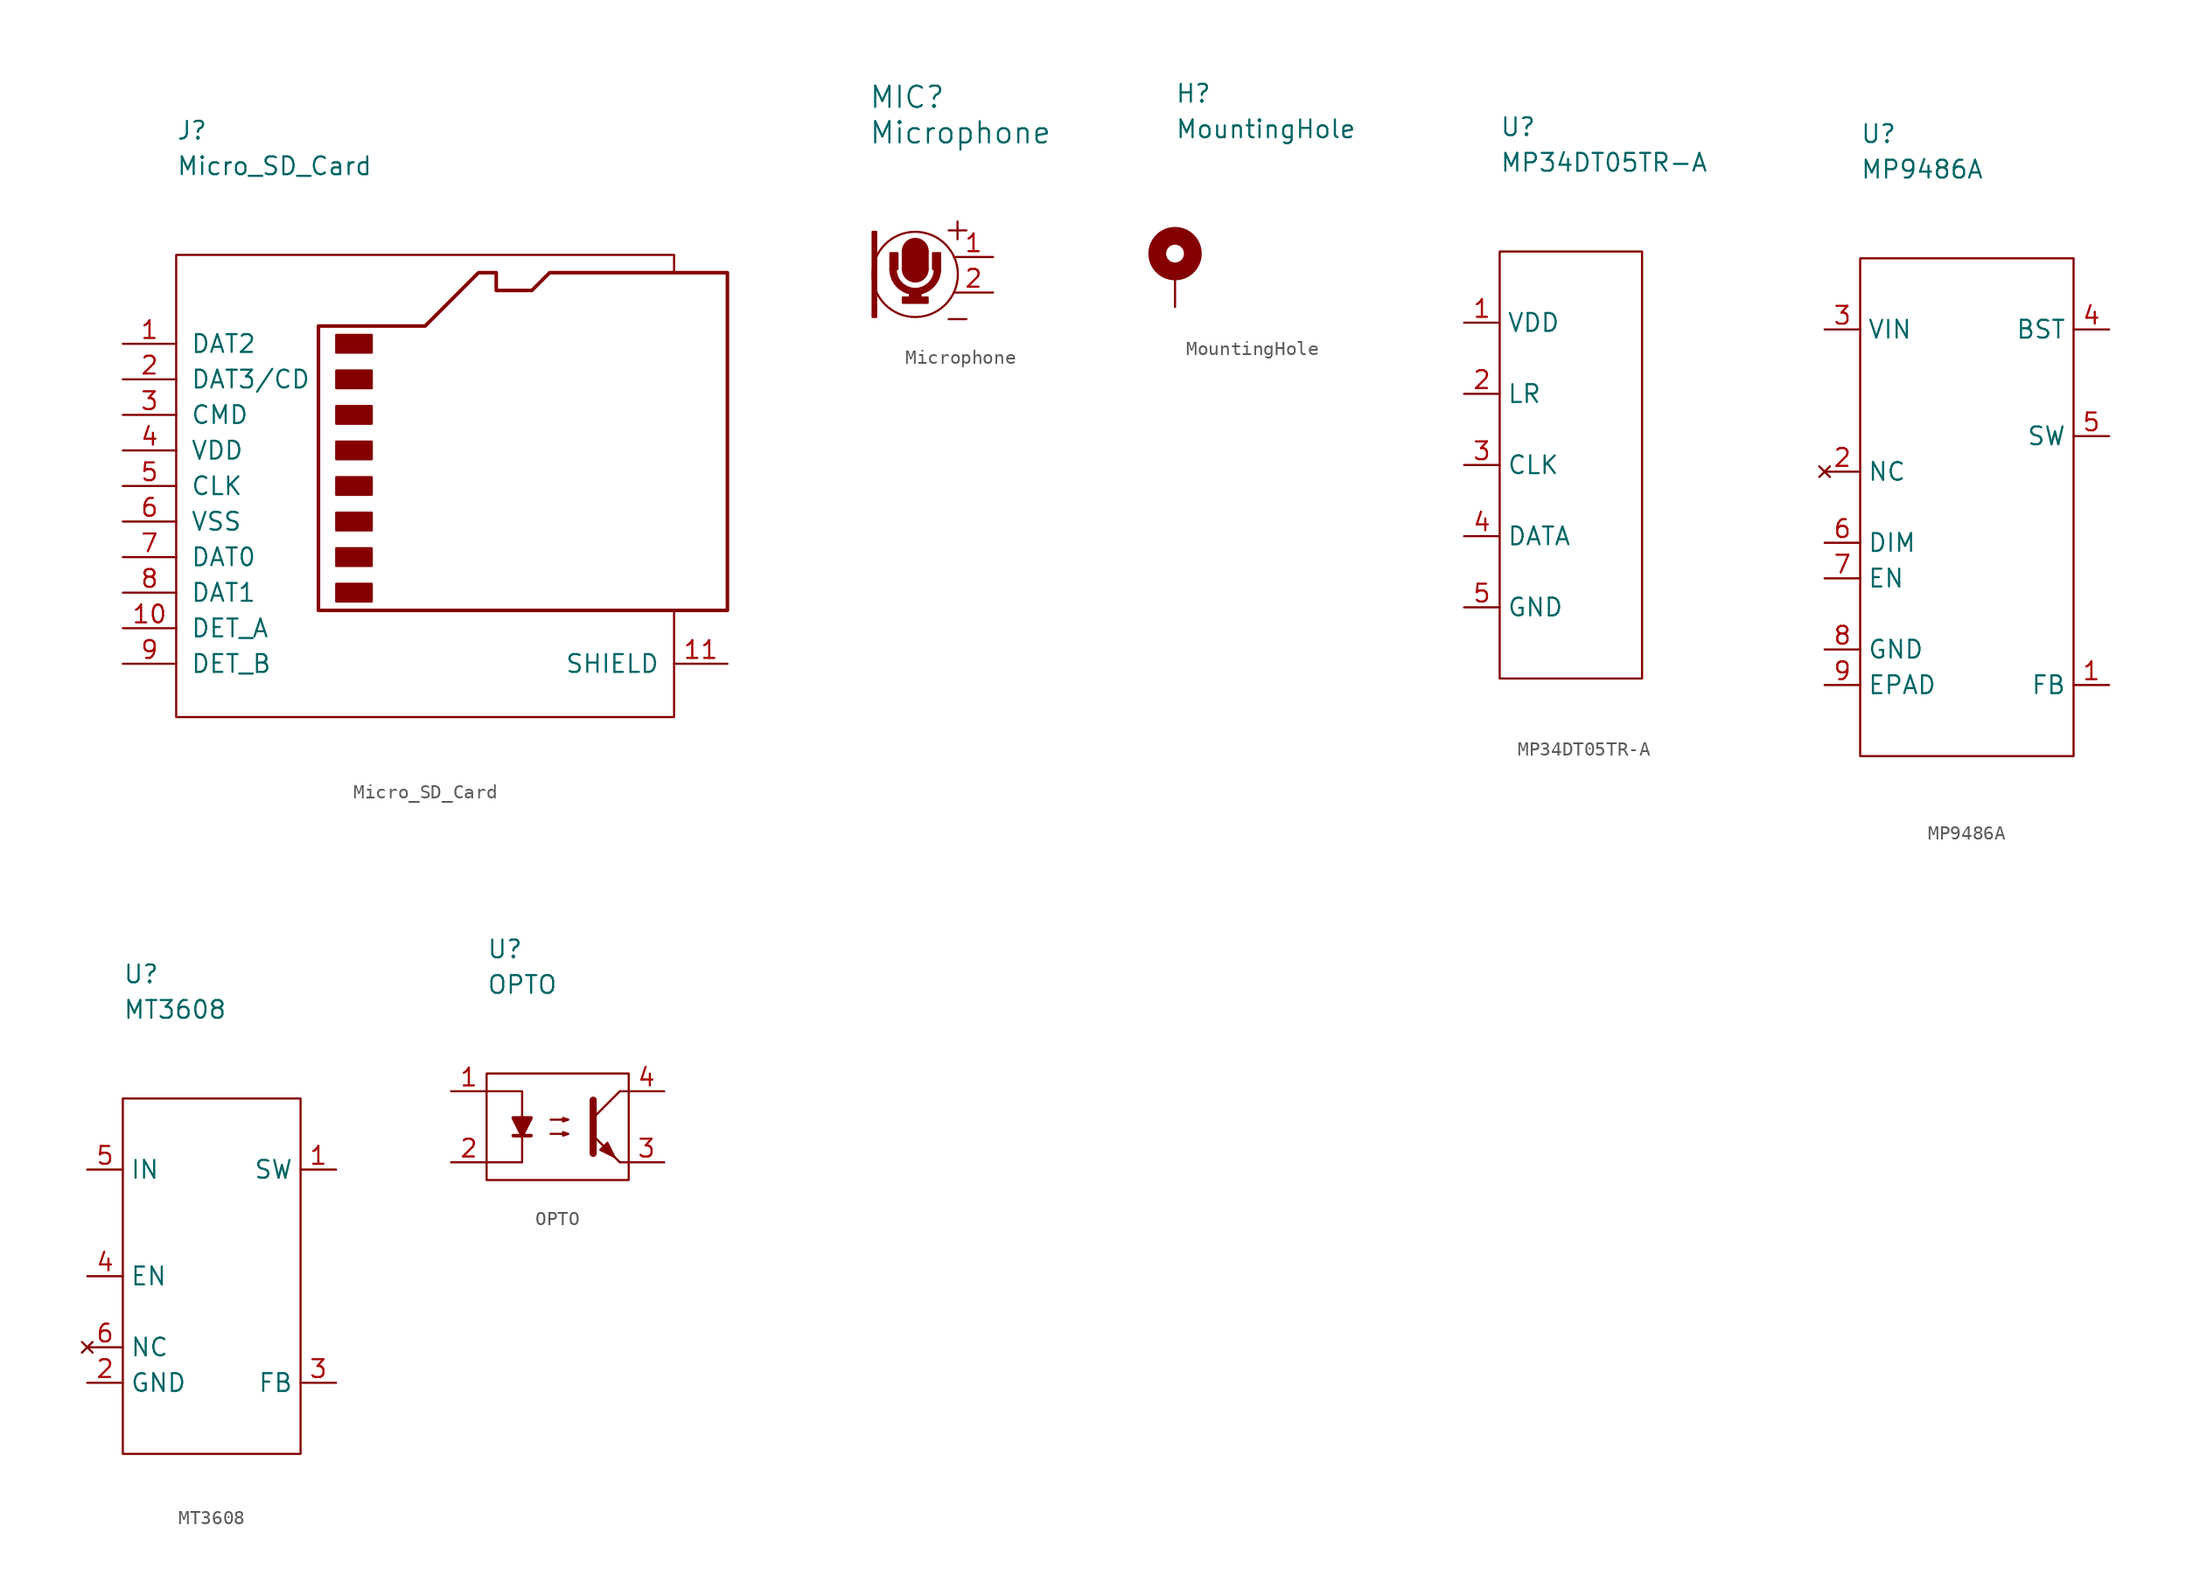
<source format=kicad_sym>
(kicad_symbol_lib
  (version 20211014)
  (generator kicad_symbol_editor)
  (symbol "Micro_SD_Card"
    (pin_names
      (offset 1.016))
    (property "Reference" "J"
      (at -19.05 25.4 0)
      (effects (font (size 1.27 1.27)) (justify left)))
    (property "Value" "Micro_SD_Card"
      (at -19.05 22.86 0)
      (effects (font (size 1.27 1.27)) (justify left)))
    (symbol "Micro_SD_Card_0_1"
      (rectangle (start -7.62 -6.985) (end -5.08 -8.255) (stroke (width 0) (type default) (color 0 0 0 0)) (fill (type outline)))
      (rectangle (start -7.62 -4.445) (end -5.08 -5.715) (stroke (width 0) (type default) (color 0 0 0 0)) (fill (type outline)))
      (rectangle (start -7.62 -1.905) (end -5.08 -3.175) (stroke (width 0) (type default) (color 0 0 0 0)) (fill (type outline)))
      (rectangle (start -7.62 0.635) (end -5.08 -0.635) (stroke (width 0) (type default) (color 0 0 0 0)) (fill (type outline)))
      (rectangle (start -7.62 3.175) (end -5.08 1.905) (stroke (width 0) (type default) (color 0 0 0 0)) (fill (type outline)))
      (rectangle (start -7.62 5.715) (end -5.08 4.445) (stroke (width 0) (type default) (color 0 0 0 0)) (fill (type outline)))
      (rectangle (start -7.62 8.255) (end -5.08 6.985) (stroke (width 0) (type default) (color 0 0 0 0)) (fill (type outline)))
      (rectangle (start -7.62 10.795) (end -5.08 9.525) (stroke (width 0) (type default) (color 0 0 0 0)) (fill (type outline)))
      (polyline (pts (xy 16.51 15.24) (xy 16.51 16.51) (xy -19.05 16.51) (xy -19.05 -16.51) (xy 16.51 -16.51) (xy 16.51 -8.89)) (stroke (width 0.152) (type default) (color 0 0 0 0)) (fill (type none)))
      (polyline (pts (xy -8.89 -8.89) (xy -8.89 11.43) (xy -1.27 11.43) (xy 2.54 15.24) (xy 3.81 15.24) (xy 3.81 13.97) (xy 6.35 13.97) (xy 7.62 15.24) (xy 20.32 15.24) (xy 20.32 -8.89) (xy -8.89 -8.89)) (stroke (width 0.254) (type default) (color 0 0 0 0)) (fill (type none))))
    (symbol "Micro_SD_Card_1_1"
      (pin bidirectional line (at -22.86 10.16 0) (length 3.81) (name "DAT2" (effects (font (size 1.27 1.27)))) (number "1" (effects (font (size 1.27 1.27)))))
      (pin passive line (at -22.86 -10.16 0) (length 3.81) (name "DET_A" (effects (font (size 1.27 1.27)))) (number "10" (effects (font (size 1.27 1.27)))))
      (pin passive line (at 20.32 -12.7 180) (length 3.81) (name "SHIELD" (effects (font (size 1.27 1.27)))) (number "11" (effects (font (size 1.27 1.27)))))
      (pin bidirectional line (at -22.86 7.62 0) (length 3.81) (name "DAT3/CD" (effects (font (size 1.27 1.27)))) (number "2" (effects (font (size 1.27 1.27)))))
      (pin input line (at -22.86 5.08 0) (length 3.81) (name "CMD" (effects (font (size 1.27 1.27)))) (number "3" (effects (font (size 1.27 1.27)))))
      (pin power_in line (at -22.86 2.54 0) (length 3.81) (name "VDD" (effects (font (size 1.27 1.27)))) (number "4" (effects (font (size 1.27 1.27)))))
      (pin input line (at -22.86 0 0) (length 3.81) (name "CLK" (effects (font (size 1.27 1.27)))) (number "5" (effects (font (size 1.27 1.27)))))
      (pin power_in line (at -22.86 -2.54 0) (length 3.81) (name "VSS" (effects (font (size 1.27 1.27)))) (number "6" (effects (font (size 1.27 1.27)))))
      (pin bidirectional line (at -22.86 -5.08 0) (length 3.81) (name "DAT0" (effects (font (size 1.27 1.27)))) (number "7" (effects (font (size 1.27 1.27)))))
      (pin bidirectional line (at -22.86 -7.62 0) (length 3.81) (name "DAT1" (effects (font (size 1.27 1.27)))) (number "8" (effects (font (size 1.27 1.27)))))
      (pin passive line (at -22.86 -12.7 0) (length 3.81) (name "DET_B" (effects (font (size 1.27 1.27)))) (number "9" (effects (font (size 1.27 1.27)))))))
  (symbol "Microphone"
    (pin_names
      (offset 1.016))
    (property "Reference" "MIC"
      (at -3.81 11.43 0)
      (effects (font (size 1.524 1.524)) (justify left)))
    (property "Value" "Microphone"
      (at -3.81 8.89 0)
      (effects (font (size 1.524 1.524)) (justify left)))
    (symbol "Microphone_0_1"
      (rectangle (start -3.277 -4.293) (end -3.531 1.803) (stroke (width 0.152) (type default) (color 0 0 0 0)) (fill (type outline)))
      (rectangle (start -2.261 -0.864) (end -1.753 0.279) (stroke (width 0.152) (type default) (color 0 0 0 0)) (fill (type outline)))
      (arc (start -2.2606 -0.8636) (mid -0.4826 -2.6416) (end 1.2954 -0.8636) (stroke (width 0) (type default) (color 0 0 0 0)) (fill (type none)))
      (arc (start -2.2098 -0.8636) (mid -0.4826 -2.54) (end 1.1938 -0.8128) (stroke (width 0) (type default) (color 0 0 0 0)) (fill (type none)))
      (arc (start -2.1082 -0.8636) (mid -0.5206 -2.4627) (end 1.0922 -0.889) (stroke (width 0) (type default) (color 0 0 0 0)) (fill (type none)))
      (arc (start -2.032 -0.8636) (mid -0.508 -2.3376) (end 1.016 -0.8636) (stroke (width 0) (type default) (color 0 0 0 0)) (fill (type none)))
      (arc (start -1.8796 -0.889) (mid -0.4951 -2.2822) (end 0.9144 -0.9144) (stroke (width 0.1524) (type default) (color 0 0 0 0)) (fill (type none)))
      (rectangle (start -1.372 -2.896) (end 0.406 -3.277) (stroke (width 0) (type default) (color 0 0 0 0)) (fill (type outline)))
      (arc (start -1.3716 -0.8636) (mid -0.4826 -1.7526) (end 0.4064 -0.8636) (stroke (width 0) (type default) (color 0 0 0 0)) (fill (type outline)))
      (rectangle (start -1.372 0.406) (end 0.406 -0.864) (stroke (width 0) (type default) (color 0 0 0 0)) (fill (type outline)))
      (rectangle (start -0.864 -2.896) (end -0.102 -2.642) (stroke (width 0) (type default) (color 0 0 0 0)) (fill (type outline)))
      (circle (center -0.483 -1.245) (radius 3.048) (stroke (width 0.152) (type default) (color 0 0 0 0)) (fill (type none)))
      (polyline (pts (xy 1.905 -4.445) (xy 3.175 -4.445)) (stroke (width 0.152) (type default) (color 0 0 0 0)) (fill (type none)))
      (polyline (pts (xy 1.905 1.905) (xy 3.175 1.905)) (stroke (width 0.152) (type default) (color 0 0 0 0)) (fill (type none)))
      (polyline (pts (xy 2.54 2.54) (xy 2.54 1.27)) (stroke (width 0.152) (type default) (color 0 0 0 0)) (fill (type none)))
      (arc (start 0.4064 0.4064) (mid -0.4826 1.2954) (end -1.3716 0.4064) (stroke (width 0) (type default) (color 0 0 0 0)) (fill (type outline)))
      (rectangle (start 1.295 -0.864) (end 0.787 0.279) (stroke (width 0.152) (type default) (color 0 0 0 0)) (fill (type outline))))
    (symbol "Microphone_1_1"
      (pin passive line (at 5.08 0 180) (length 2.794) (name "~" (effects (font (size 1.27 1.27)))) (number "1" (effects (font (size 1.27 1.27)))))
      (pin passive line (at 5.08 -2.54 180) (length 2.794) (name "~" (effects (font (size 1.27 1.27)))) (number "2" (effects (font (size 1.27 1.27)))))))
  (symbol "MountingHole"
    (pin_numbers hide)
    (pin_names
      (offset 1.016) hide)
    (property "Reference" "H"
      (at 0 12.7 0)
      (effects (font (size 1.27 1.27)) (justify left)))
    (property "Value" "MountingHole"
      (at 0 10.16 0)
      (effects (font (size 1.27 1.27)) (justify left)))
    (symbol "MountingHole_0_1"
      (circle (center 0 1.27) (radius 1.27) (stroke (width 1.27) (type default) (color 0 0 0 0)) (fill (type none))))
    (symbol "MountingHole_1_1"
      (pin input line (at 0 -2.54 90) (length 2.54) (name "1" (effects (font (size 1.27 1.27)))) (number "1" (effects (font (size 1.27 1.27)))))))
  (symbol "MP34DT05TR-A"
    (property "Reference" "U"
      (at 0 8.89 0)
      (effects (font (size 1.27 1.27)) (justify left)))
    (property "Value" "MP34DT05TR-A"
      (at 0 6.35 0)
      (effects (font (size 1.27 1.27)) (justify left)))
    (symbol "MP34DT05TR-A_0_1"
      (rectangle (start 0 0) (end 10.16 -30.48) (stroke (width 0.152) (type default) (color 0 0 0 0)) (fill (type none))))
    (symbol "MP34DT05TR-A_1_1"
      (pin passive line (at -2.54 -5.08 0) (length 2.54) (name "VDD" (effects (font (size 1.27 1.27)))) (number "1" (effects (font (size 1.27 1.27)))))
      (pin passive line (at -2.54 -10.16 0) (length 2.54) (name "LR" (effects (font (size 1.27 1.27)))) (number "2" (effects (font (size 1.27 1.27)))))
      (pin passive line (at -2.54 -15.24 0) (length 2.54) (name "CLK" (effects (font (size 1.27 1.27)))) (number "3" (effects (font (size 1.27 1.27)))))
      (pin passive line (at -2.54 -20.32 0) (length 2.54) (name "DATA" (effects (font (size 1.27 1.27)))) (number "4" (effects (font (size 1.27 1.27)))))
      (pin passive line (at -2.54 -25.4 0) (length 2.54) (name "GND" (effects (font (size 1.27 1.27)))) (number "5" (effects (font (size 1.27 1.27)))))))
  (symbol "MP9486A"
    (property "Reference" "U"
      (at 0 8.89 0)
      (effects (font (size 1.27 1.27)) (justify left)))
    (property "Value" "MP9486A"
      (at 0 6.35 0)
      (effects (font (size 1.27 1.27)) (justify left)))
    (symbol "MP9486A_0_1"
      (rectangle (start 0 0) (end 15.24 -35.56) (stroke (width 0) (type default) (color 0 0 0 0)) (fill (type none))))
    (symbol "MP9486A_1_1"
      (pin passive line (at 17.78 -30.48 180) (length 2.54) (name "FB" (effects (font (size 1.27 1.27)))) (number "1" (effects (font (size 1.27 1.27)))))
      (pin no_connect line (at -2.54 -15.24 0) (length 2.54) (name "NC" (effects (font (size 1.27 1.27)))) (number "2" (effects (font (size 1.27 1.27)))))
      (pin passive line (at -2.54 -5.08 0) (length 2.54) (name "VIN" (effects (font (size 1.27 1.27)))) (number "3" (effects (font (size 1.27 1.27)))))
      (pin passive line (at 17.78 -5.08 180) (length 2.54) (name "BST" (effects (font (size 1.27 1.27)))) (number "4" (effects (font (size 1.27 1.27)))))
      (pin passive line (at 17.78 -12.7 180) (length 2.54) (name "SW" (effects (font (size 1.27 1.27)))) (number "5" (effects (font (size 1.27 1.27)))))
      (pin passive line (at -2.54 -20.32 0) (length 2.54) (name "DIM" (effects (font (size 1.27 1.27)))) (number "6" (effects (font (size 1.27 1.27)))))
      (pin passive line (at -2.54 -22.86 0) (length 2.54) (name "EN" (effects (font (size 1.27 1.27)))) (number "7" (effects (font (size 1.27 1.27)))))
      (pin passive line (at -2.54 -27.94 0) (length 2.54) (name "GND" (effects (font (size 1.27 1.27)))) (number "8" (effects (font (size 1.27 1.27)))))
      (pin passive line (at -2.54 -30.48 0) (length 2.54) (name "EPAD" (effects (font (size 1.27 1.27)))) (number "9" (effects (font (size 1.27 1.27)))))))
  (symbol "MT3608"
    (property "Reference" "U"
      (at 0 8.89 0)
      (effects (font (size 1.27 1.27)) (justify left)))
    (property "Value" "MT3608"
      (at 0 6.35 0)
      (effects (font (size 1.27 1.27)) (justify left)))
    (symbol "MT3608_0_1"
      (rectangle (start 0 0) (end 12.7 -25.4) (stroke (width 0.152) (type default) (color 0 0 0 0)) (fill (type none))))
    (symbol "MT3608_1_1"
      (pin passive line (at 15.24 -5.08 180) (length 2.54) (name "SW" (effects (font (size 1.27 1.27)))) (number "1" (effects (font (size 1.27 1.27)))))
      (pin passive line (at -2.54 -20.32 0) (length 2.54) (name "GND" (effects (font (size 1.27 1.27)))) (number "2" (effects (font (size 1.27 1.27)))))
      (pin passive line (at 15.24 -20.32 180) (length 2.54) (name "FB" (effects (font (size 1.27 1.27)))) (number "3" (effects (font (size 1.27 1.27)))))
      (pin passive line (at -2.54 -12.7 0) (length 2.54) (name "EN" (effects (font (size 1.27 1.27)))) (number "4" (effects (font (size 1.27 1.27)))))
      (pin passive line (at -2.54 -5.08 0) (length 2.54) (name "IN" (effects (font (size 1.27 1.27)))) (number "5" (effects (font (size 1.27 1.27)))))
      (pin no_connect line (at -2.54 -17.78 0) (length 2.54) (name "NC" (effects (font (size 1.27 1.27)))) (number "6" (effects (font (size 1.27 1.27)))))))
  (symbol "OPTO"
    (pin_names
      (offset 1.016))
    (property "Reference" "U"
      (at 0 7.62 0)
      (effects (font (size 1.27 1.27)) (justify left)))
    (property "Value" "OPTO"
      (at 0 5.08 0)
      (effects (font (size 1.27 1.27)) (justify left)))
    (symbol "OPTO_0_1"
      (rectangle (start 0 -1.27) (end 10.16 -8.89) (stroke (width 0.152) (type default) (color 0 0 0 0)) (fill (type none)))
      (polyline (pts (xy 1.905 -5.715) (xy 3.175 -5.715)) (stroke (width 0.254) (type default) (color 0 0 0 0)) (fill (type none)))
      (polyline (pts (xy 7.62 -4.445) (xy 9.525 -2.54)) (stroke (width 0) (type default) (color 0 0 0 0)) (fill (type none)))
      (polyline (pts (xy 9.525 -7.62) (xy 7.62 -5.715)) (stroke (width 0.152) (type default) (color 0 0 0 0)) (fill (type outline)))
      (polyline (pts (xy 9.525 -7.62) (xy 10.16 -7.62)) (stroke (width 0) (type default) (color 0 0 0 0)) (fill (type none)))
      (polyline (pts (xy 9.525 -2.54) (xy 10.16 -2.54)) (stroke (width 0) (type default) (color 0 0 0 0)) (fill (type none)))
      (polyline (pts (xy 0 -2.54) (xy 2.54 -2.54) (xy 2.54 -5.715)) (stroke (width 0) (type default) (color 0 0 0 0)) (fill (type none)))
      (polyline (pts (xy 2.54 -5.715) (xy 2.54 -7.62) (xy 0 -7.62)) (stroke (width 0) (type default) (color 0 0 0 0)) (fill (type none)))
      (polyline (pts (xy 7.62 -3.175) (xy 7.62 -6.985) (xy 7.62 -6.985)) (stroke (width 0.508) (type default) (color 0 0 0 0)) (fill (type none)))
      (polyline (pts (xy 2.54 -5.715) (xy 1.905 -4.445) (xy 3.175 -4.445) (xy 2.54 -5.715)) (stroke (width 0.254) (type default) (color 0 0 0 0)) (fill (type outline)))
      (polyline (pts (xy 4.572 -5.588) (xy 5.842 -5.588) (xy 5.461 -5.715) (xy 5.461 -5.461) (xy 5.842 -5.588)) (stroke (width 0) (type default) (color 0 0 0 0)) (fill (type none)))
      (polyline (pts (xy 4.572 -4.572) (xy 5.842 -4.572) (xy 5.461 -4.699) (xy 5.461 -4.445) (xy 5.842 -4.572)) (stroke (width 0) (type default) (color 0 0 0 0)) (fill (type none)))
      (polyline (pts (xy 8.128 -6.731) (xy 8.636 -6.223) (xy 9.144 -7.239) (xy 8.128 -6.731) (xy 8.128 -6.731)) (stroke (width 0) (type default) (color 0 0 0 0)) (fill (type outline))))
    (symbol "OPTO_1_1"
      (pin passive line (at -2.54 -2.54 0) (length 2.54) (name "~" (effects (font (size 1.27 1.27)))) (number "1" (effects (font (size 1.27 1.27)))))
      (pin passive line (at -2.54 -7.62 0) (length 2.54) (name "~" (effects (font (size 1.27 1.27)))) (number "2" (effects (font (size 1.27 1.27)))))
      (pin passive line (at 12.7 -7.62 180) (length 2.54) (name "~" (effects (font (size 1.27 1.27)))) (number "3" (effects (font (size 1.27 1.27)))))
      (pin passive line (at 12.7 -2.54 180) (length 2.54) (name "~" (effects (font (size 1.27 1.27)))) (number "4" (effects (font (size 1.27 1.27))))))))
</source>
